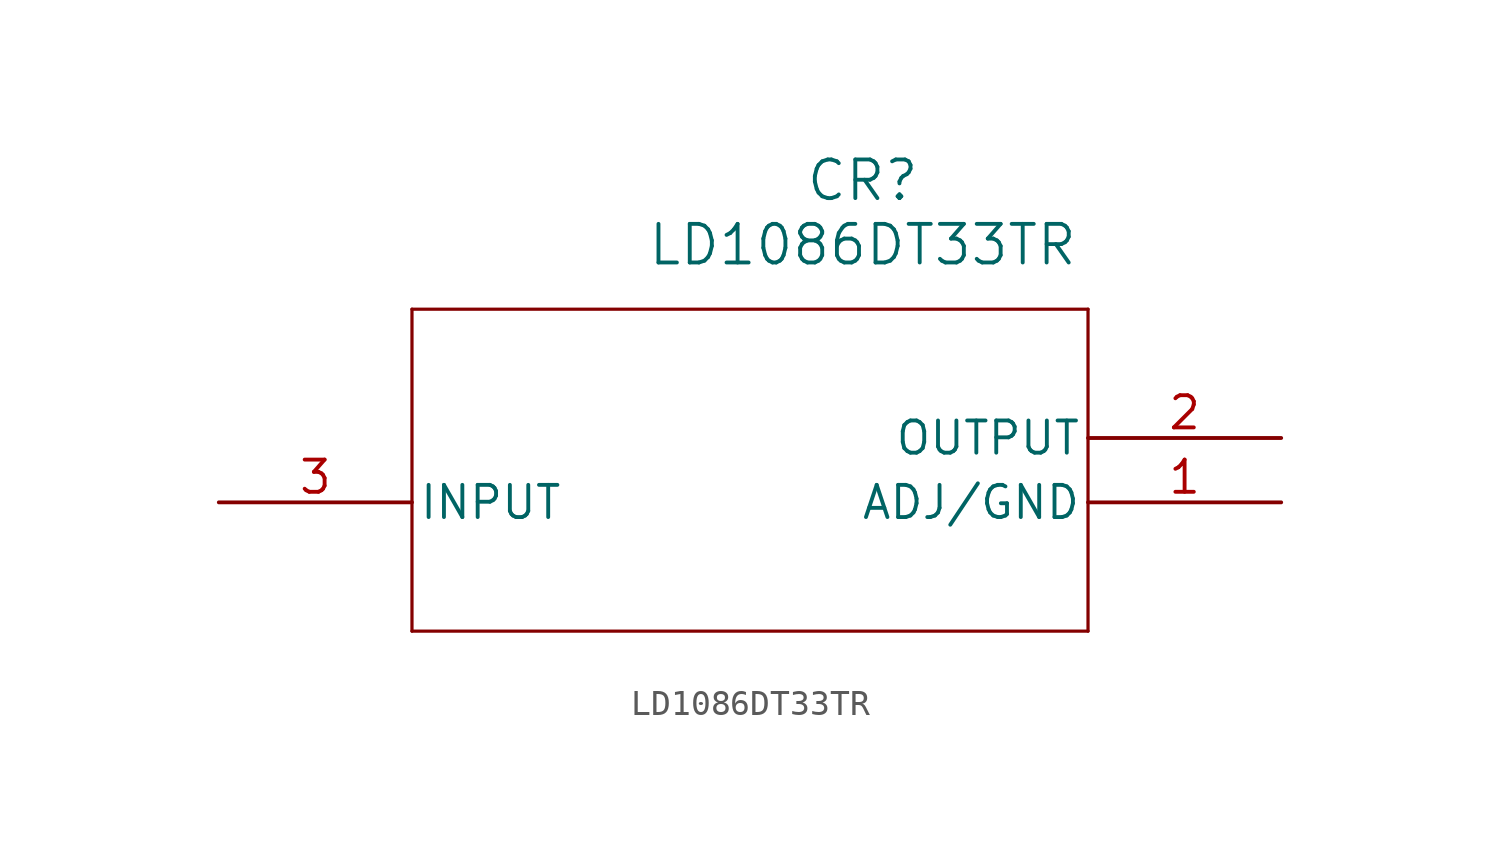
<source format=kicad_sym>
(kicad_symbol_lib
  (version 20241209)
  (generator "kicad_symbol_editor")
  (generator_version "9.0")
  (symbol "LD1086DT33TR"
    (pin_names
      (offset 0.254))
    (property "Reference" "CR"
      (at 25.4 10.16 0)
      (effects (font (size 1.524 1.524))))
    (property "Value" "LD1086DT33TR"
      (at 25.4 7.62 0)
      (effects (font (size 1.524 1.524))))
    (property "ki_locked" ""
      (at 0 0 0)
      (effects (font (size 1.27 1.27))))
    (symbol "LD1086DT33TR_0_1"
      (polyline (pts (xy 7.62 5.08) (xy 7.62 -7.62)) (stroke (width 0.127) (type default)) (fill (type none)))
      (polyline (pts (xy 7.62 -7.62) (xy 34.29 -7.62)) (stroke (width 0.127) (type default)) (fill (type none)))
      (polyline (pts (xy 34.29 5.08) (xy 7.62 5.08)) (stroke (width 0.127) (type default)) (fill (type none)))
      (polyline (pts (xy 34.29 -7.62) (xy 34.29 5.08)) (stroke (width 0.127) (type default)) (fill (type none)))
      (pin input line (at 0 -2.54 0) (length 7.62) (name "INPUT" (effects (font (size 1.27 1.27)))) (number "3" (effects (font (size 1.27 1.27)))))
      (pin output line (at 41.91 0 180) (length 7.62) (name "OUTPUT" (effects (font (size 1.27 1.27)))) (number "2" (effects (font (size 1.27 1.27)))))
      (pin power_out line (at 41.91 -2.54 180) (length 7.62) (name "ADJ/GND" (effects (font (size 1.27 1.27)))) (number "1" (effects (font (size 1.27 1.27))))))))
</source>
